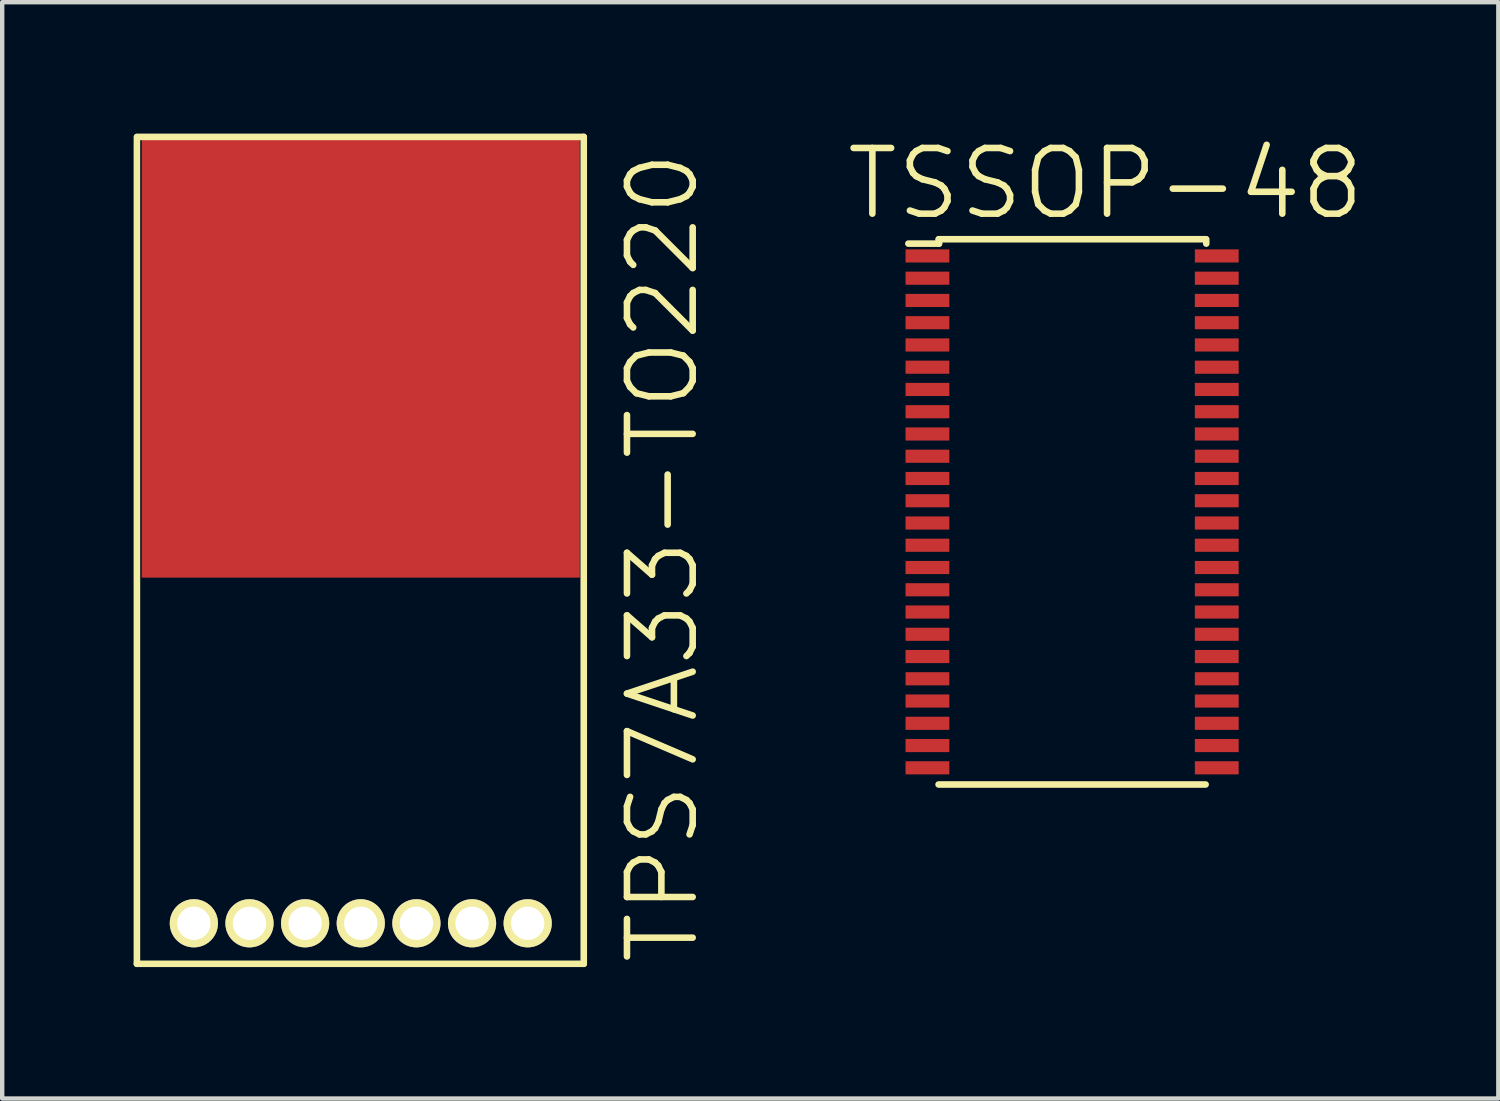
<source format=kicad_pcb>
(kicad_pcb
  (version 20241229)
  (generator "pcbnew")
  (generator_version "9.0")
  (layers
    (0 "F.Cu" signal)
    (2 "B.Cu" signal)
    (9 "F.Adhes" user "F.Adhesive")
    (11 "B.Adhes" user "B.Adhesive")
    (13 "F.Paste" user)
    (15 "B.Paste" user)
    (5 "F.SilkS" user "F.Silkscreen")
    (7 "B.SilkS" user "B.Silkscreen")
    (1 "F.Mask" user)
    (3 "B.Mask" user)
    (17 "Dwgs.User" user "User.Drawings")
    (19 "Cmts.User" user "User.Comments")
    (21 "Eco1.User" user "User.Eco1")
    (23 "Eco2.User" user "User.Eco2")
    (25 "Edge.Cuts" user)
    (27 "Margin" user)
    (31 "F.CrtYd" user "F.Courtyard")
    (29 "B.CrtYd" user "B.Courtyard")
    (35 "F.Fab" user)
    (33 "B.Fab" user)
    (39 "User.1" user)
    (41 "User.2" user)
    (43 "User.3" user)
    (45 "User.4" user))
  (footprint "TSSOP-48"
    (layer "F.Cu")
    (at 22.184 8.761)
    (property "Reference" "TSSOP-48" (at 0 -7.62 0) (layer "F.SilkS") (effects (font (size 1.5 1.5) (thickness 0.15))))
    (attr through_hole)
    (fp_line (start -3.81 -6.35) (end 2.286 -6.35) (stroke (width 0.15) (type solid)) (layer "F.SilkS"))
    (fp_line (start -3.81 6.096) (end 2.286 6.096) (stroke (width 0.15) (type solid)) (layer "F.SilkS"))
    (fp_line (start -3.8 -6.35) (end -3.8 -6.25) (stroke (width 0.15) (type solid)) (layer "F.SilkS"))
    (fp_line (start -3.8 -6.25) (end -4.5 -6.25) (stroke (width 0.15) (type solid)) (layer "F.SilkS"))
    (fp_line (start 2.3 -6.35) (end 2.3 -6.25) (stroke (width 0.15) (type solid)) (layer "F.SilkS"))
    (pad "1" smd rect (at -4.064 -5.969) (size 1 0.3) (layers "F.Cu" "F.Mask" "F.Paste"))
    (pad "2" smd rect (at -4.064 -5.461) (size 1 0.3) (layers "F.Cu" "F.Mask" "F.Paste"))
    (pad "3" smd rect (at -4.064 -4.953) (size 1 0.3) (layers "F.Cu" "F.Mask" "F.Paste"))
    (pad "4" smd rect (at -4.064 -4.445) (size 1 0.3) (layers "F.Cu" "F.Mask" "F.Paste"))
    (pad "5" smd rect (at -4.064 -3.937) (size 1 0.3) (layers "F.Cu" "F.Mask" "F.Paste"))
    (pad "6" smd rect (at -4.064 -3.429) (size 1 0.3) (layers "F.Cu" "F.Mask" "F.Paste"))
    (pad "7" smd rect (at -4.064 -2.921) (size 1 0.3) (layers "F.Cu" "F.Mask" "F.Paste"))
    (pad "8" smd rect (at -4.064 -2.413) (size 1 0.3) (layers "F.Cu" "F.Mask" "F.Paste"))
    (pad "9" smd rect (at -4.064 -1.905) (size 1 0.3) (layers "F.Cu" "F.Mask" "F.Paste"))
    (pad "10" smd rect (at -4.064 -1.397) (size 1 0.3) (layers "F.Cu" "F.Mask" "F.Paste"))
    (pad "11" smd rect (at -4.064 -0.889) (size 1 0.3) (layers "F.Cu" "F.Mask" "F.Paste"))
    (pad "12" smd rect (at -4.064 -0.381) (size 1 0.3) (layers "F.Cu" "F.Mask" "F.Paste"))
    (pad "13" smd rect (at -4.064 0.127) (size 1 0.3) (layers "F.Cu" "F.Mask" "F.Paste"))
    (pad "14" smd rect (at -4.064 0.635) (size 1 0.3) (layers "F.Cu" "F.Mask" "F.Paste"))
    (pad "15" smd rect (at -4.064 1.143) (size 1 0.3) (layers "F.Cu" "F.Mask" "F.Paste"))
    (pad "16" smd rect (at -4.064 1.651) (size 1 0.3) (layers "F.Cu" "F.Mask" "F.Paste"))
    (pad "17" smd rect (at -4.064 2.159) (size 1 0.3) (layers "F.Cu" "F.Mask" "F.Paste"))
    (pad "18" smd rect (at -4.064 2.667) (size 1 0.3) (layers "F.Cu" "F.Mask" "F.Paste"))
    (pad "19" smd rect (at -4.064 3.175) (size 1 0.3) (layers "F.Cu" "F.Mask" "F.Paste"))
    (pad "20" smd rect (at -4.064 3.683) (size 1 0.3) (layers "F.Cu" "F.Mask" "F.Paste"))
    (pad "21" smd rect (at -4.064 4.191) (size 1 0.3) (layers "F.Cu" "F.Mask" "F.Paste"))
    (pad "22" smd rect (at -4.064 4.699) (size 1 0.3) (layers "F.Cu" "F.Mask" "F.Paste"))
    (pad "23" smd rect (at -4.064 5.207) (size 1 0.3) (layers "F.Cu" "F.Mask" "F.Paste"))
    (pad "24" smd rect (at -4.064 5.715) (size 1 0.3) (layers "F.Cu" "F.Mask" "F.Paste"))
    (pad "25" smd rect (at 2.54 5.715) (size 1 0.3) (layers "F.Cu" "F.Mask" "F.Paste"))
    (pad "26" smd rect (at 2.54 5.207) (size 1 0.3) (layers "F.Cu" "F.Mask" "F.Paste"))
    (pad "27" smd rect (at 2.54 4.699) (size 1 0.3) (layers "F.Cu" "F.Mask" "F.Paste"))
    (pad "28" smd rect (at 2.54 4.191) (size 1 0.3) (layers "F.Cu" "F.Mask" "F.Paste"))
    (pad "29" smd rect (at 2.54 3.683) (size 1 0.3) (layers "F.Cu" "F.Mask" "F.Paste"))
    (pad "30" smd rect (at 2.54 3.175) (size 1 0.3) (layers "F.Cu" "F.Mask" "F.Paste"))
    (pad "31" smd rect (at 2.54 2.667) (size 1 0.3) (layers "F.Cu" "F.Mask" "F.Paste"))
    (pad "32" smd rect (at 2.54 2.159) (size 1 0.3) (layers "F.Cu" "F.Mask" "F.Paste"))
    (pad "33" smd rect (at 2.54 1.651) (size 1 0.3) (layers "F.Cu" "F.Mask" "F.Paste"))
    (pad "34" smd rect (at 2.54 1.143) (size 1 0.3) (layers "F.Cu" "F.Mask" "F.Paste"))
    (pad "35" smd rect (at 2.54 0.635) (size 1 0.3) (layers "F.Cu" "F.Mask" "F.Paste"))
    (pad "36" smd rect (at 2.54 0.127) (size 1 0.3) (layers "F.Cu" "F.Mask" "F.Paste"))
    (pad "37" smd rect (at 2.54 -0.381) (size 1 0.3) (layers "F.Cu" "F.Mask" "F.Paste"))
    (pad "38" smd rect (at 2.54 -0.889) (size 1 0.3) (layers "F.Cu" "F.Mask" "F.Paste"))
    (pad "39" smd rect (at 2.54 -1.397) (size 1 0.3) (layers "F.Cu" "F.Mask" "F.Paste"))
    (pad "40" smd rect (at 2.54 -1.905) (size 1 0.3) (layers "F.Cu" "F.Mask" "F.Paste"))
    (pad "41" smd rect (at 2.54 -2.413) (size 1 0.3) (layers "F.Cu" "F.Mask" "F.Paste"))
    (pad "42" smd rect (at 2.54 -2.921) (size 1 0.3) (layers "F.Cu" "F.Mask" "F.Paste"))
    (pad "43" smd rect (at 2.54 -3.429) (size 1 0.3) (layers "F.Cu" "F.Mask" "F.Paste"))
    (pad "44" smd rect (at 2.54 -3.937) (size 1 0.3) (layers "F.Cu" "F.Mask" "F.Paste"))
    (pad "45" smd rect (at 2.54 -4.445) (size 1 0.3) (layers "F.Cu" "F.Mask" "F.Paste"))
    (pad "46" smd rect (at 2.54 -4.953) (size 1 0.3) (layers "F.Cu" "F.Mask" "F.Paste"))
    (pad "47" smd rect (at 2.54 -5.461) (size 1 0.3) (layers "F.Cu" "F.Mask" "F.Paste"))
    (pad "48" smd rect (at 2.54 -5.969) (size 1 0.3) (layers "F.Cu" "F.Mask" "F.Paste")))
  (footprint "TPS7A33-TO220"
    (layer "F.Cu")
    (at 5.1 12.35)
    (property "Reference" "TPS7A33-TO220" (at 6.975 -2.675 90) (layer "F.SilkS") (effects (font (size 1.5 1.5) (thickness 0.15))))
    (attr through_hole)
    (fp_line (start -5.025 -12.275) (end -5.025 6.6) (stroke (width 0.15) (type solid)) (layer "F.SilkS"))
    (fp_line (start -5.025 6.6) (end 5.175 6.6) (stroke (width 0.15) (type solid)) (layer "F.SilkS"))
    (fp_line (start -5 -12.275) (end 5.175 -12.275) (stroke (width 0.15) (type solid)) (layer "F.SilkS"))
    (fp_line (start 5.175 -12.275) (end 5.175 6.6) (stroke (width 0.15) (type solid)) (layer "F.SilkS"))
    (pad "0" smd rect (at 0.085 -7.215) (size 10 10) (layers "F.Cu" "F.Mask" "F.Paste"))
    (pad "1" thru_hole circle (at -3.725 5.675) (size 1.1 1.1) (drill 0.76) (layers "*.Cu" "*.Mask" "F.SilkS"))
    (pad "2" thru_hole circle (at -2.455 5.675) (size 1.1 1.1) (drill 0.76) (layers "*.Cu" "*.Mask" "F.SilkS"))
    (pad "3" thru_hole circle (at -1.185 5.675) (size 1.1 1.1) (drill 0.76) (layers "*.Cu" "*.Mask" "F.SilkS"))
    (pad "4" thru_hole circle (at 0.085 5.675) (size 1.1 1.1) (drill 0.76) (layers "*.Cu" "*.Mask" "F.SilkS"))
    (pad "5" thru_hole circle (at 1.355 5.675) (size 1.1 1.1) (drill 0.76) (layers "*.Cu" "*.Mask" "F.SilkS"))
    (pad "6" thru_hole circle (at 2.625 5.675) (size 1.1 1.1) (drill 0.76) (layers "*.Cu" "*.Mask" "F.SilkS"))
    (pad "7" thru_hole circle (at 3.895 5.675) (size 1.1 1.1) (drill 0.76) (layers "*.Cu" "*.Mask" "F.SilkS")))
  (gr_rect
    (start -3 -3)
    (end 31.151 22.025)
    (stroke (width 0.1) (type default))
    (fill no)
    (layer "Edge.Cuts")))
</source>
